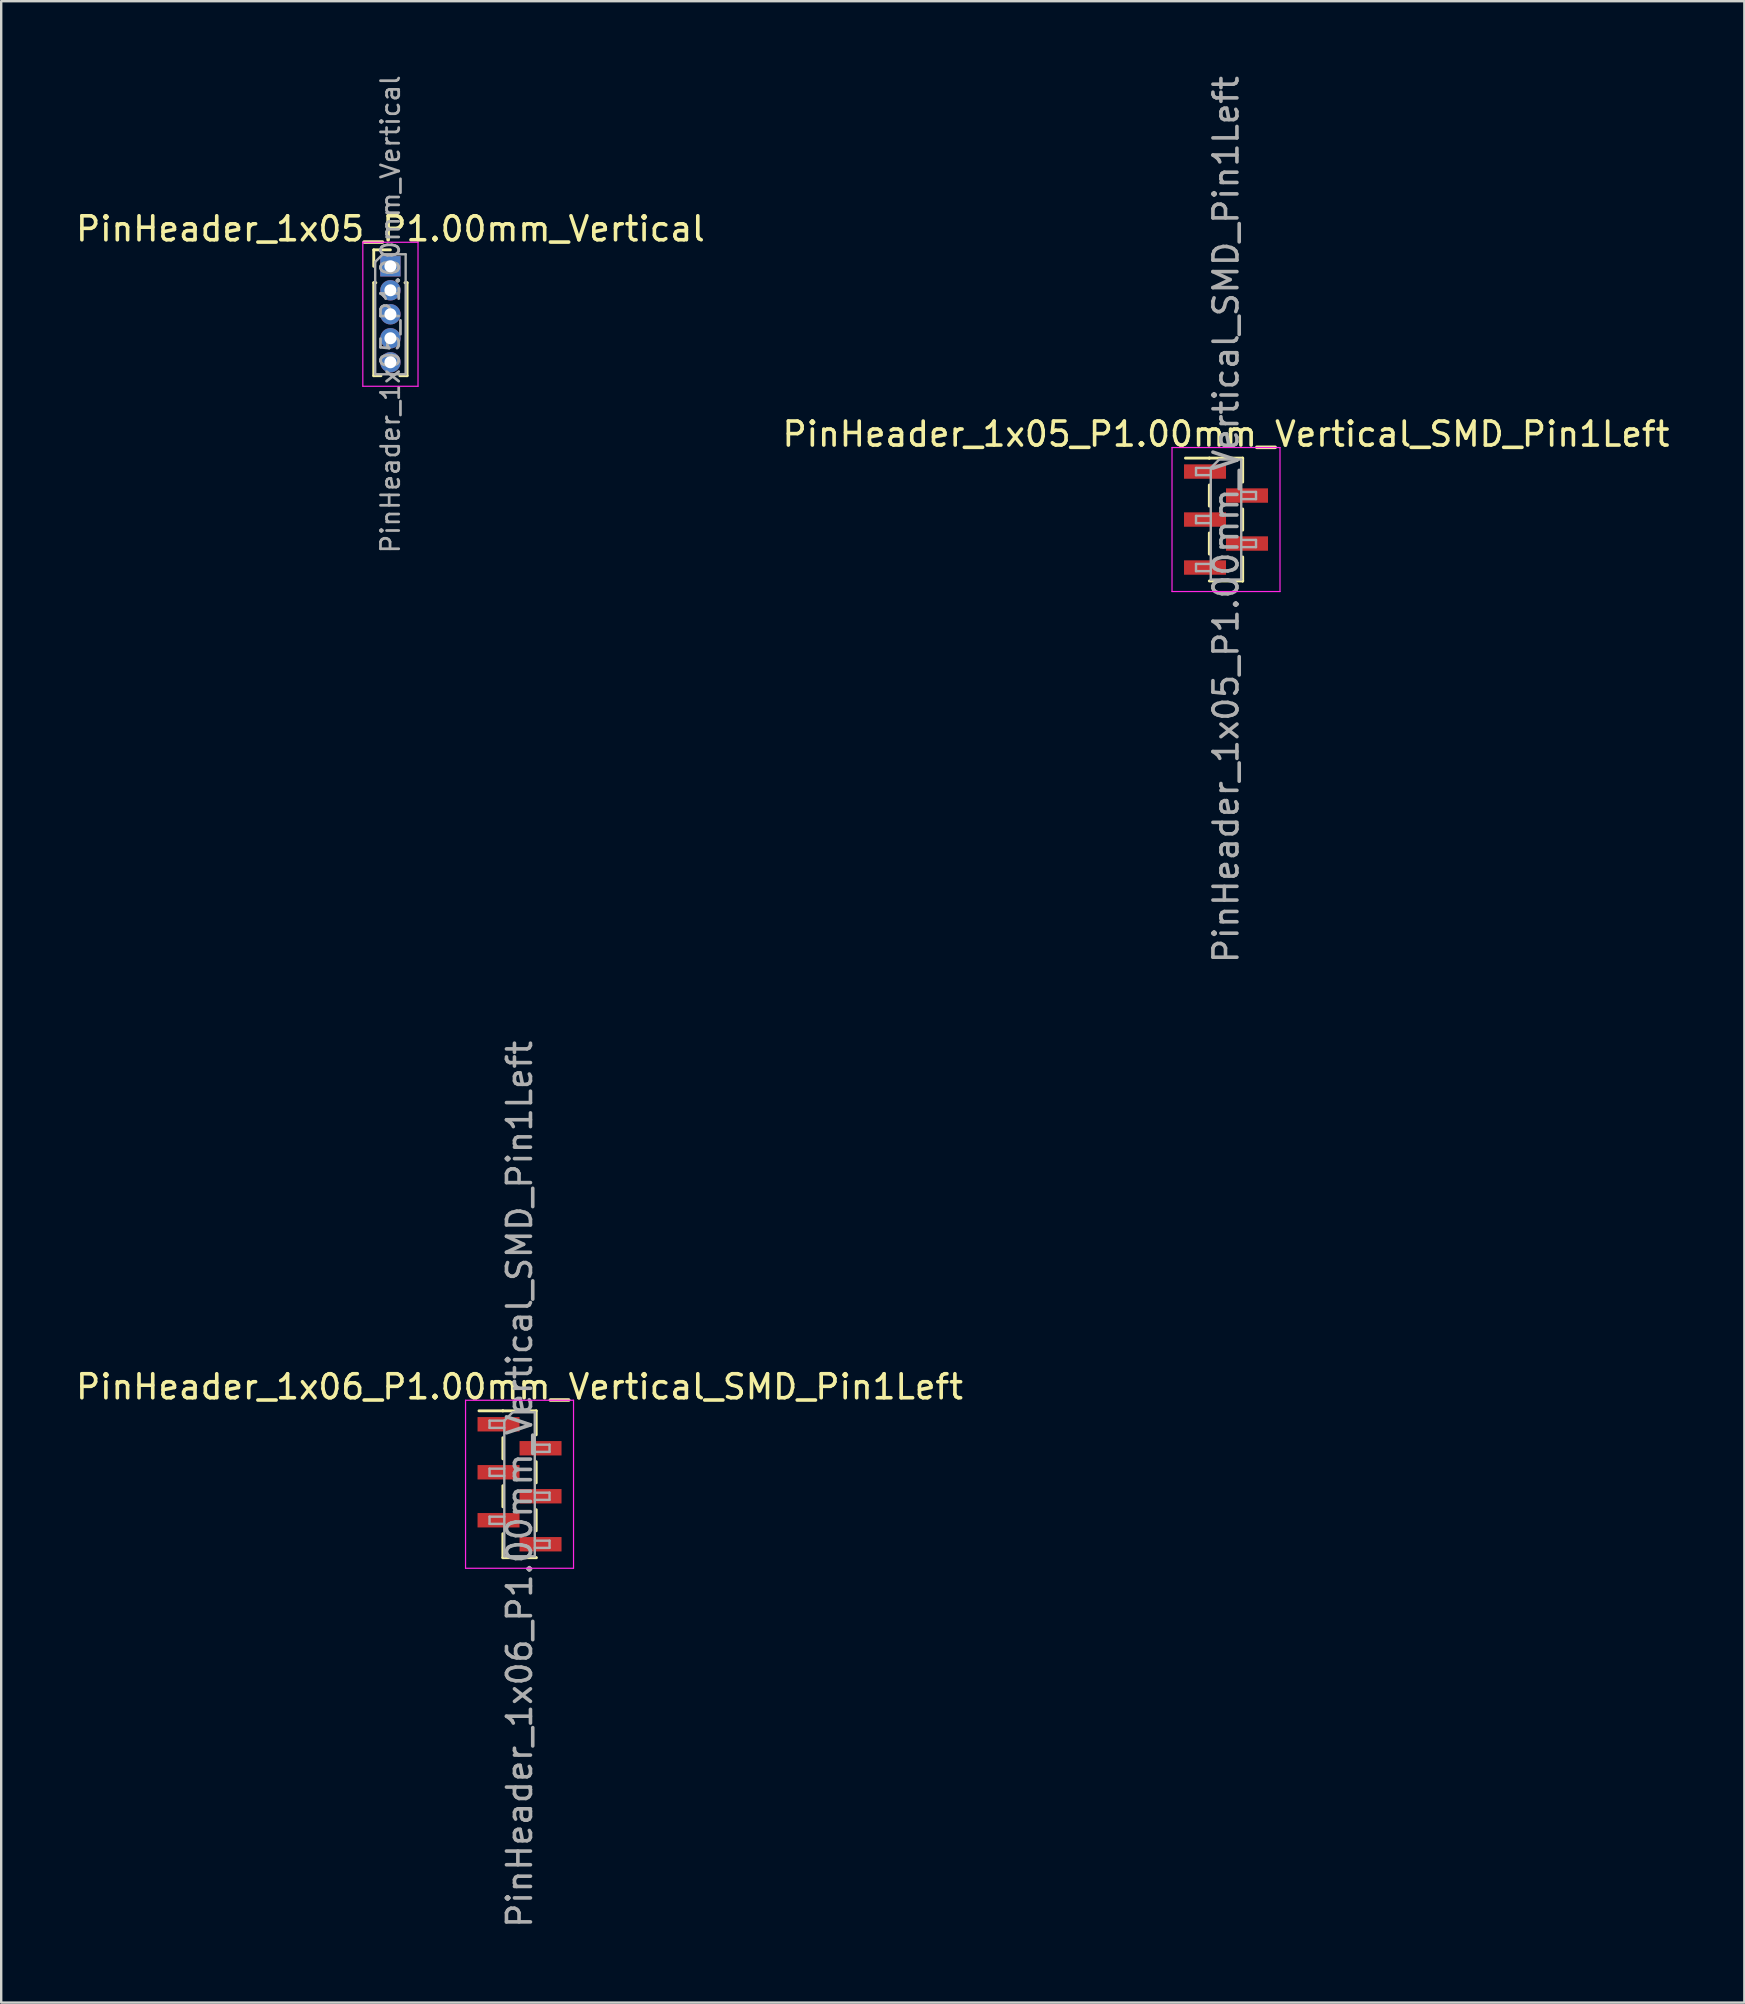
<source format=kicad_pcb>
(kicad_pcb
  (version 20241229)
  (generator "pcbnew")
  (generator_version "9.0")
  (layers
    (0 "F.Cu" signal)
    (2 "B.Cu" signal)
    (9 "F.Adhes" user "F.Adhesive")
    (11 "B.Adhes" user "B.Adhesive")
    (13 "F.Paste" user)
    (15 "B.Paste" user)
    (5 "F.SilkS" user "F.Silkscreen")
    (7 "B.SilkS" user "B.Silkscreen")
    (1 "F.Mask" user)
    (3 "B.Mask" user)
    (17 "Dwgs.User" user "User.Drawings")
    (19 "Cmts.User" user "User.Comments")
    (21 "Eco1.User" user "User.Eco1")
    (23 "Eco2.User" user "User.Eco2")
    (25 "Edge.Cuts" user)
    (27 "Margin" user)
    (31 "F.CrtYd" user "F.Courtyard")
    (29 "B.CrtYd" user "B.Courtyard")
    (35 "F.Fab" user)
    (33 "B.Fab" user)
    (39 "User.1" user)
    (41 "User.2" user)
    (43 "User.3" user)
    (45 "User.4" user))
  (footprint "PinHeader_1x05_P1.00mm_Vertical"
    (layer "F.Cu")
    (at 13.22 8.047)
    (property "Reference" "PinHeader_1x05_P1.00mm_Vertical" (at 0 -1.56 0) (layer "F.SilkS") (effects (font (size 1 1) (thickness 0.15))))
    (attr through_hole)
    (fp_line (start -0.695 -0.685) (end 0 -0.685) (stroke (width 0.12) (type solid)) (layer "F.SilkS"))
    (fp_line (start -0.695 0) (end -0.695 -0.685) (stroke (width 0.12) (type solid)) (layer "F.SilkS"))
    (fp_line (start -0.695 0.685) (end -0.695 4.56) (stroke (width 0.12) (type solid)) (layer "F.SilkS"))
    (fp_line (start -0.695 0.685) (end -0.608 0.685) (stroke (width 0.12) (type solid)) (layer "F.SilkS"))
    (fp_line (start -0.695 4.56) (end -0.394 4.56) (stroke (width 0.12) (type solid)) (layer "F.SilkS"))
    (fp_line (start 0.394 4.56) (end 0.695 4.56) (stroke (width 0.12) (type solid)) (layer "F.SilkS"))
    (fp_line (start 0.608 0.685) (end 0.695 0.685) (stroke (width 0.12) (type solid)) (layer "F.SilkS"))
    (fp_line (start 0.695 0.685) (end 0.695 4.56) (stroke (width 0.12) (type solid)) (layer "F.SilkS"))
    (fp_line (start -1.15 -1) (end -1.15 5) (stroke (width 0.05) (type solid)) (layer "F.CrtYd"))
    (fp_line (start -1.15 5) (end 1.15 5) (stroke (width 0.05) (type solid)) (layer "F.CrtYd"))
    (fp_line (start 1.15 -1) (end -1.15 -1) (stroke (width 0.05) (type solid)) (layer "F.CrtYd"))
    (fp_line (start 1.15 5) (end 1.15 -1) (stroke (width 0.05) (type solid)) (layer "F.CrtYd"))
    (fp_line (start -0.635 -0.182) (end -0.318 -0.5) (stroke (width 0.1) (type solid)) (layer "F.Fab"))
    (fp_line (start -0.635 4.5) (end -0.635 -0.182) (stroke (width 0.1) (type solid)) (layer "F.Fab"))
    (fp_line (start -0.318 -0.5) (end 0.635 -0.5) (stroke (width 0.1) (type solid)) (layer "F.Fab"))
    (fp_line (start 0.635 -0.5) (end 0.635 4.5) (stroke (width 0.1) (type solid)) (layer "F.Fab"))
    (fp_line (start 0.635 4.5) (end -0.635 4.5) (stroke (width 0.1) (type solid)) (layer "F.Fab"))
    (fp_text user "${REFERENCE}" (at 0 2 90) (layer "F.Fab") (effects (font (size 0.76 0.76) (thickness 0.114))))
    (pad "1" thru_hole rect (at 0 0) (size 0.85 0.85) (drill 0.5) (layers "*.Cu" "*.Mask"))
    (pad "2" thru_hole oval (at 0 1) (size 0.85 0.85) (drill 0.5) (layers "*.Cu" "*.Mask"))
    (pad "3" thru_hole oval (at 0 2) (size 0.85 0.85) (drill 0.5) (layers "*.Cu" "*.Mask"))
    (pad "4" thru_hole oval (at 0 3) (size 0.85 0.85) (drill 0.5) (layers "*.Cu" "*.Mask"))
    (pad "5" thru_hole oval (at 0 4) (size 0.85 0.85) (drill 0.5) (layers "*.Cu" "*.Mask")))
  (footprint "PinHeader_1x06_P1.00mm_Vertical_SMD_Pin1Left"
    (layer "F.Cu")
    (at 18.601 58.804)
    (property "Reference" "PinHeader_1x06_P1.00mm_Vertical_SMD_Pin1Left" (at 0 -4.06 0) (layer "F.SilkS") (effects (font (size 1 1) (thickness 0.15))))
    (attr smd)
    (fp_line (start -0.695 -3.06) (end -1.69 -3.06) (stroke (width 0.12) (type solid)) (layer "F.SilkS"))
    (fp_line (start -0.695 -3.06) (end -0.695 -3.06) (stroke (width 0.12) (type solid)) (layer "F.SilkS"))
    (fp_line (start -0.695 -3.06) (end 0.695 -3.06) (stroke (width 0.12) (type solid)) (layer "F.SilkS"))
    (fp_line (start -0.695 -1.94) (end -0.695 -1.06) (stroke (width 0.12) (type solid)) (layer "F.SilkS"))
    (fp_line (start -0.695 0.06) (end -0.695 0.94) (stroke (width 0.12) (type solid)) (layer "F.SilkS"))
    (fp_line (start -0.695 2.06) (end -0.695 3.06) (stroke (width 0.12) (type solid)) (layer "F.SilkS"))
    (fp_line (start -0.695 3.06) (end 0.695 3.06) (stroke (width 0.12) (type solid)) (layer "F.SilkS"))
    (fp_line (start 0.695 -3.06) (end 0.695 -2.06) (stroke (width 0.12) (type solid)) (layer "F.SilkS"))
    (fp_line (start 0.695 -0.94) (end 0.695 -0.06) (stroke (width 0.12) (type solid)) (layer "F.SilkS"))
    (fp_line (start 0.695 1.06) (end 0.695 1.94) (stroke (width 0.12) (type solid)) (layer "F.SilkS"))
    (fp_line (start 0.695 3.06) (end 0.695 3.06) (stroke (width 0.12) (type solid)) (layer "F.SilkS"))
    (fp_line (start -2.25 -3.5) (end -2.25 3.5) (stroke (width 0.05) (type solid)) (layer "F.CrtYd"))
    (fp_line (start -2.25 3.5) (end 2.25 3.5) (stroke (width 0.05) (type solid)) (layer "F.CrtYd"))
    (fp_line (start 2.25 -3.5) (end -2.25 -3.5) (stroke (width 0.05) (type solid)) (layer "F.CrtYd"))
    (fp_line (start 2.25 3.5) (end 2.25 -3.5) (stroke (width 0.05) (type solid)) (layer "F.CrtYd"))
    (fp_line (start -1.25 -2.65) (end -1.25 -2.35) (stroke (width 0.1) (type solid)) (layer "F.Fab"))
    (fp_line (start -1.25 -2.35) (end -0.635 -2.35) (stroke (width 0.1) (type solid)) (layer "F.Fab"))
    (fp_line (start -1.25 -0.65) (end -1.25 -0.35) (stroke (width 0.1) (type solid)) (layer "F.Fab"))
    (fp_line (start -1.25 -0.35) (end -0.635 -0.35) (stroke (width 0.1) (type solid)) (layer "F.Fab"))
    (fp_line (start -1.25 1.35) (end -1.25 1.65) (stroke (width 0.1) (type solid)) (layer "F.Fab"))
    (fp_line (start -1.25 1.65) (end -0.635 1.65) (stroke (width 0.1) (type solid)) (layer "F.Fab"))
    (fp_line (start -0.635 -2.65) (end -1.25 -2.65) (stroke (width 0.1) (type solid)) (layer "F.Fab"))
    (fp_line (start -0.635 -2.65) (end -0.285 -3) (stroke (width 0.1) (type solid)) (layer "F.Fab"))
    (fp_line (start -0.635 -0.65) (end -1.25 -0.65) (stroke (width 0.1) (type solid)) (layer "F.Fab"))
    (fp_line (start -0.635 1.35) (end -1.25 1.35) (stroke (width 0.1) (type solid)) (layer "F.Fab"))
    (fp_line (start -0.635 3) (end -0.635 -2.65) (stroke (width 0.1) (type solid)) (layer "F.Fab"))
    (fp_line (start -0.285 -3) (end 0.635 -3) (stroke (width 0.1) (type solid)) (layer "F.Fab"))
    (fp_line (start 0.635 -3) (end 0.635 3) (stroke (width 0.1) (type solid)) (layer "F.Fab"))
    (fp_line (start 0.635 -1.65) (end 1.25 -1.65) (stroke (width 0.1) (type solid)) (layer "F.Fab"))
    (fp_line (start 0.635 0.35) (end 1.25 0.35) (stroke (width 0.1) (type solid)) (layer "F.Fab"))
    (fp_line (start 0.635 2.35) (end 1.25 2.35) (stroke (width 0.1) (type solid)) (layer "F.Fab"))
    (fp_line (start 0.635 3) (end -0.635 3) (stroke (width 0.1) (type solid)) (layer "F.Fab"))
    (fp_line (start 1.25 -1.65) (end 1.25 -1.35) (stroke (width 0.1) (type solid)) (layer "F.Fab"))
    (fp_line (start 1.25 -1.35) (end 0.635 -1.35) (stroke (width 0.1) (type solid)) (layer "F.Fab"))
    (fp_line (start 1.25 0.35) (end 1.25 0.65) (stroke (width 0.1) (type solid)) (layer "F.Fab"))
    (fp_line (start 1.25 0.65) (end 0.635 0.65) (stroke (width 0.1) (type solid)) (layer "F.Fab"))
    (fp_line (start 1.25 2.35) (end 1.25 2.65) (stroke (width 0.1) (type solid)) (layer "F.Fab"))
    (fp_line (start 1.25 2.65) (end 0.635 2.65) (stroke (width 0.1) (type solid)) (layer "F.Fab"))
    (fp_text user "${REFERENCE}" (at 0 0 90) (layer "F.Fab") (effects (font (size 1 1) (thickness 0.15))))
    (pad "1" smd rect (at -0.875 -2.5) (size 1.75 0.6) (layers "F.Cu" "F.Mask" "F.Paste"))
    (pad "2" smd rect (at 0.875 -1.5) (size 1.75 0.6) (layers "F.Cu" "F.Mask" "F.Paste"))
    (pad "3" smd rect (at -0.875 -0.5) (size 1.75 0.6) (layers "F.Cu" "F.Mask" "F.Paste"))
    (pad "4" smd rect (at 0.875 0.5) (size 1.75 0.6) (layers "F.Cu" "F.Mask" "F.Paste"))
    (pad "5" smd rect (at -0.875 1.5) (size 1.75 0.6) (layers "F.Cu" "F.Mask" "F.Paste"))
    (pad "6" smd rect (at 0.875 2.5) (size 1.75 0.6) (layers "F.Cu" "F.Mask" "F.Paste")))
  (footprint "PinHeader_1x05_P1.00mm_Vertical_SMD_Pin1Left"
    (layer "F.Cu")
    (at 48.042 18.601)
    (property "Reference" "PinHeader_1x05_P1.00mm_Vertical_SMD_Pin1Left" (at 0 -3.56 0) (layer "F.SilkS") (effects (font (size 1 1) (thickness 0.15))))
    (attr smd)
    (fp_line (start -0.695 -2.56) (end -1.69 -2.56) (stroke (width 0.12) (type solid)) (layer "F.SilkS"))
    (fp_line (start -0.695 -2.56) (end -0.695 -2.56) (stroke (width 0.12) (type solid)) (layer "F.SilkS"))
    (fp_line (start -0.695 -2.56) (end 0.695 -2.56) (stroke (width 0.12) (type solid)) (layer "F.SilkS"))
    (fp_line (start -0.695 -1.44) (end -0.695 -0.56) (stroke (width 0.12) (type solid)) (layer "F.SilkS"))
    (fp_line (start -0.695 0.56) (end -0.695 1.44) (stroke (width 0.12) (type solid)) (layer "F.SilkS"))
    (fp_line (start -0.695 2.56) (end 0.695 2.56) (stroke (width 0.12) (type solid)) (layer "F.SilkS"))
    (fp_line (start 0.695 -2.56) (end 0.695 -1.56) (stroke (width 0.12) (type solid)) (layer "F.SilkS"))
    (fp_line (start 0.695 -0.44) (end 0.695 0.44) (stroke (width 0.12) (type solid)) (layer "F.SilkS"))
    (fp_line (start 0.695 1.56) (end 0.695 2.56) (stroke (width 0.12) (type solid)) (layer "F.SilkS"))
    (fp_line (start 0.695 2.56) (end 0.695 2.56) (stroke (width 0.12) (type solid)) (layer "F.SilkS"))
    (fp_line (start -2.25 -3) (end -2.25 3) (stroke (width 0.05) (type solid)) (layer "F.CrtYd"))
    (fp_line (start -2.25 3) (end 2.25 3) (stroke (width 0.05) (type solid)) (layer "F.CrtYd"))
    (fp_line (start 2.25 -3) (end -2.25 -3) (stroke (width 0.05) (type solid)) (layer "F.CrtYd"))
    (fp_line (start 2.25 3) (end 2.25 -3) (stroke (width 0.05) (type solid)) (layer "F.CrtYd"))
    (fp_line (start -1.25 -2.15) (end -1.25 -1.85) (stroke (width 0.1) (type solid)) (layer "F.Fab"))
    (fp_line (start -1.25 -1.85) (end -0.635 -1.85) (stroke (width 0.1) (type solid)) (layer "F.Fab"))
    (fp_line (start -1.25 -0.15) (end -1.25 0.15) (stroke (width 0.1) (type solid)) (layer "F.Fab"))
    (fp_line (start -1.25 0.15) (end -0.635 0.15) (stroke (width 0.1) (type solid)) (layer "F.Fab"))
    (fp_line (start -1.25 1.85) (end -1.25 2.15) (stroke (width 0.1) (type solid)) (layer "F.Fab"))
    (fp_line (start -1.25 2.15) (end -0.635 2.15) (stroke (width 0.1) (type solid)) (layer "F.Fab"))
    (fp_line (start -0.635 -2.15) (end -1.25 -2.15) (stroke (width 0.1) (type solid)) (layer "F.Fab"))
    (fp_line (start -0.635 -2.15) (end -0.285 -2.5) (stroke (width 0.1) (type solid)) (layer "F.Fab"))
    (fp_line (start -0.635 -0.15) (end -1.25 -0.15) (stroke (width 0.1) (type solid)) (layer "F.Fab"))
    (fp_line (start -0.635 1.85) (end -1.25 1.85) (stroke (width 0.1) (type solid)) (layer "F.Fab"))
    (fp_line (start -0.635 2.5) (end -0.635 -2.15) (stroke (width 0.1) (type solid)) (layer "F.Fab"))
    (fp_line (start -0.285 -2.5) (end 0.635 -2.5) (stroke (width 0.1) (type solid)) (layer "F.Fab"))
    (fp_line (start 0.635 -2.5) (end 0.635 2.5) (stroke (width 0.1) (type solid)) (layer "F.Fab"))
    (fp_line (start 0.635 -1.15) (end 1.25 -1.15) (stroke (width 0.1) (type solid)) (layer "F.Fab"))
    (fp_line (start 0.635 0.85) (end 1.25 0.85) (stroke (width 0.1) (type solid)) (layer "F.Fab"))
    (fp_line (start 0.635 2.5) (end -0.635 2.5) (stroke (width 0.1) (type solid)) (layer "F.Fab"))
    (fp_line (start 1.25 -1.15) (end 1.25 -0.85) (stroke (width 0.1) (type solid)) (layer "F.Fab"))
    (fp_line (start 1.25 -0.85) (end 0.635 -0.85) (stroke (width 0.1) (type solid)) (layer "F.Fab"))
    (fp_line (start 1.25 0.85) (end 1.25 1.15) (stroke (width 0.1) (type solid)) (layer "F.Fab"))
    (fp_line (start 1.25 1.15) (end 0.635 1.15) (stroke (width 0.1) (type solid)) (layer "F.Fab"))
    (fp_text user "${REFERENCE}" (at 0 0 90) (layer "F.Fab") (effects (font (size 1 1) (thickness 0.15))))
    (pad "1" smd rect (at -0.875 -2) (size 1.75 0.6) (layers "F.Cu" "F.Mask" "F.Paste"))
    (pad "2" smd rect (at 0.875 -1) (size 1.75 0.6) (layers "F.Cu" "F.Mask" "F.Paste"))
    (pad "3" smd rect (at -0.875 0) (size 1.75 0.6) (layers "F.Cu" "F.Mask" "F.Paste"))
    (pad "4" smd rect (at 0.875 1) (size 1.75 0.6) (layers "F.Cu" "F.Mask" "F.Paste"))
    (pad "5" smd rect (at -0.875 2) (size 1.75 0.6) (layers "F.Cu" "F.Mask" "F.Paste")))
  (gr_rect
    (start -3 -3)
    (end 69.643 80.405)
    (stroke (width 0.1) (type default))
    (fill no)
    (layer "Edge.Cuts")))
</source>
